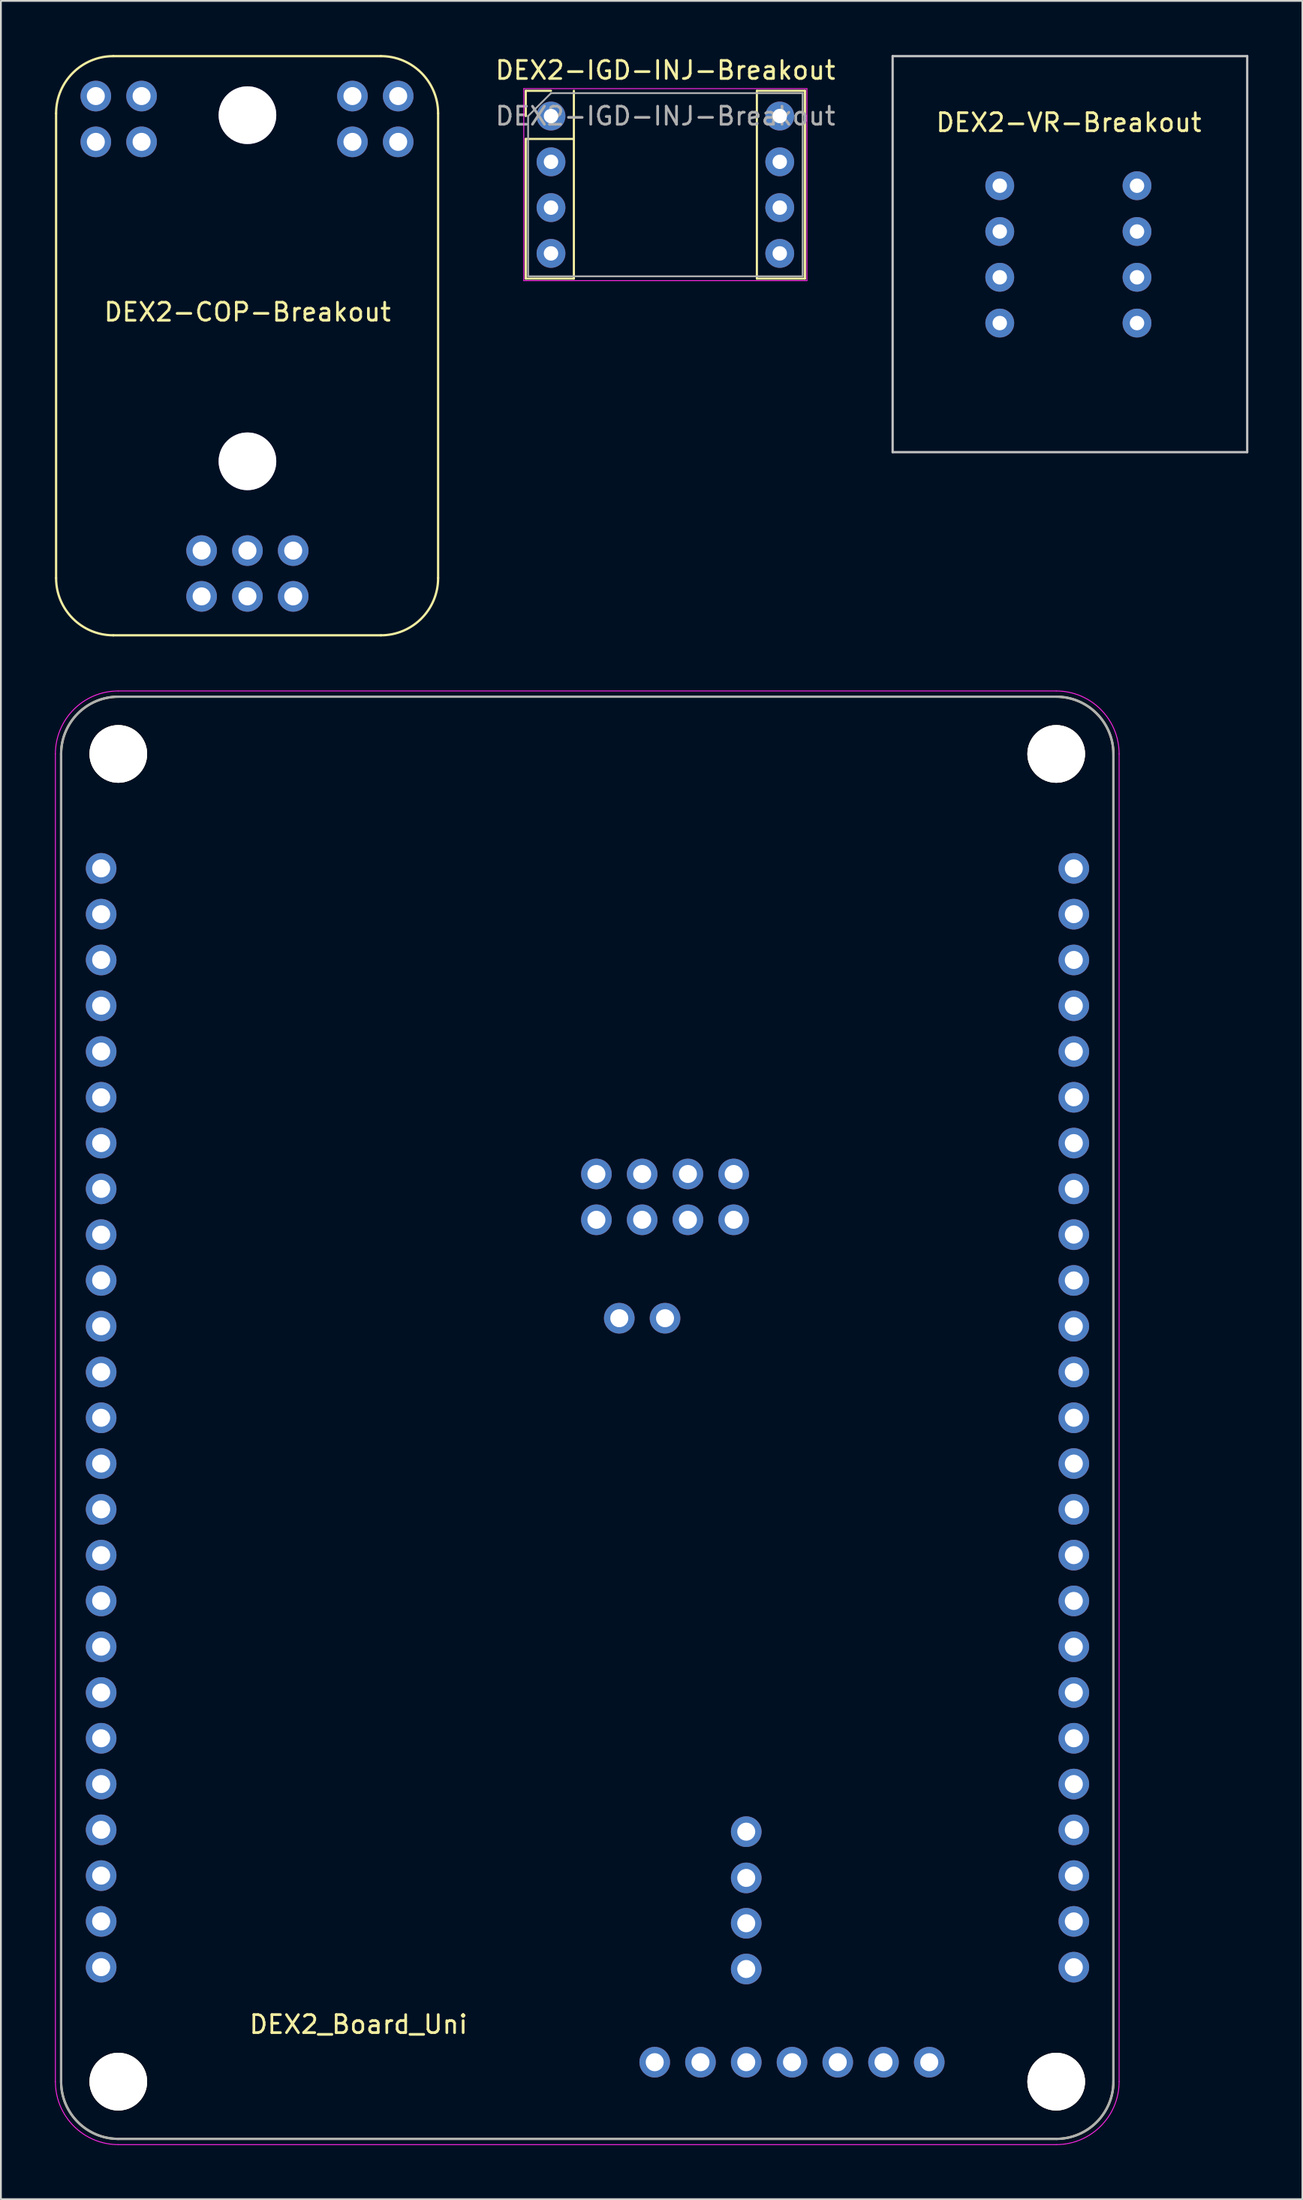
<source format=kicad_pcb>
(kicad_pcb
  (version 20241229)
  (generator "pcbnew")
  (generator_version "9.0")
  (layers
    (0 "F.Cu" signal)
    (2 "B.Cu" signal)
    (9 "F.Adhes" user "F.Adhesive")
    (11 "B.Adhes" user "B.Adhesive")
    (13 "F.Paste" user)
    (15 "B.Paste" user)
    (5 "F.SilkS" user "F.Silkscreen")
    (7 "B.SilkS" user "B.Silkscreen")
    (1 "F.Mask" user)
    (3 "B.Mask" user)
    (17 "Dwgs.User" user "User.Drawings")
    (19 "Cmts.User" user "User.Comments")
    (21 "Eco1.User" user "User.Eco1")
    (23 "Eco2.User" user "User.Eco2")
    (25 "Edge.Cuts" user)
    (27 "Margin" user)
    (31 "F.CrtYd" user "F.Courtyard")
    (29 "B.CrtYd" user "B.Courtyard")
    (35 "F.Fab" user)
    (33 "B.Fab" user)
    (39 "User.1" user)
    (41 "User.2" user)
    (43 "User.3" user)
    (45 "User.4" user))
  (footprint "DEX2-IGD-INJ-Breakout"
    (layer "F.Cu")
    (at 27.54 3.388)
    (property "Reference" "DEX2-IGD-INJ-Breakout" (at 6.35 -2.54 0) (layer "F.SilkS") (effects (font (size 1 1) (thickness 0.15))))
    (attr through_hole)
    (fp_line (start -1.4 -1.4) (end -1.4 0) (stroke (width 0.12) (type solid)) (layer "F.SilkS"))
    (fp_line (start -1.4 1.27) (end -1.4 9.017) (stroke (width 0.12) (type solid)) (layer "F.SilkS"))
    (fp_line (start -1.4 9.017) (end 1.27 9.017) (stroke (width 0.12) (type solid)) (layer "F.SilkS"))
    (fp_line (start 0 -1.4) (end -1.4 -1.4) (stroke (width 0.12) (type solid)) (layer "F.SilkS"))
    (fp_line (start 1.27 -1.4) (end 1.27 1.27) (stroke (width 0.12) (type solid)) (layer "F.SilkS"))
    (fp_line (start 1.27 1.27) (end -1.4 1.27) (stroke (width 0.12) (type solid)) (layer "F.SilkS"))
    (fp_line (start 1.27 1.27) (end 1.27 9.017) (stroke (width 0.12) (type solid)) (layer "F.SilkS"))
    (fp_line (start 11.43 -1.4) (end 11.43 9.017) (stroke (width 0.12) (type solid)) (layer "F.SilkS"))
    (fp_line (start 11.43 9.017) (end 14.1 9.017) (stroke (width 0.12) (type solid)) (layer "F.SilkS"))
    (fp_line (start 14.1 -1.4) (end 11.43 -1.4) (stroke (width 0.12) (type solid)) (layer "F.SilkS"))
    (fp_line (start 14.1 9.017) (end 14.1 -1.4) (stroke (width 0.12) (type solid)) (layer "F.SilkS"))
    (fp_line (start -1.511 -1.52) (end -1.511 9.131) (stroke (width 0.05) (type solid)) (layer "F.CrtYd"))
    (fp_line (start -1.511 -1.52) (end 14.21 -1.52) (stroke (width 0.05) (type solid)) (layer "F.CrtYd"))
    (fp_line (start 14.21 9.131) (end -1.511 9.131) (stroke (width 0.05) (type solid)) (layer "F.CrtYd"))
    (fp_line (start 14.21 9.131) (end 14.21 -1.52) (stroke (width 0.05) (type solid)) (layer "F.CrtYd"))
    (fp_line (start -1.27 0) (end 0 -1.27) (stroke (width 0.1) (type solid)) (layer "F.Fab"))
    (fp_line (start -1.27 8.89) (end -1.27 0) (stroke (width 0.1) (type solid)) (layer "F.Fab"))
    (fp_line (start 0 -1.27) (end 13.97 -1.27) (stroke (width 0.1) (type solid)) (layer "F.Fab"))
    (fp_line (start 13.97 -1.27) (end 13.97 8.89) (stroke (width 0.1) (type solid)) (layer "F.Fab"))
    (fp_line (start 13.97 8.89) (end -1.27 8.89) (stroke (width 0.1) (type solid)) (layer "F.Fab"))
    (fp_text user "${REFERENCE}" (at 6.35 0 0) (layer "F.Fab") (effects (font (size 1 1) (thickness 0.15))))
    (pad "1" thru_hole circle (at 0 0) (size 1.6 1.6) (drill 0.8) (layers "*.Cu" "*.Mask"))
    (pad "2" thru_hole oval (at 0 2.54) (size 1.6 1.6) (drill 0.8) (layers "*.Cu" "*.Mask"))
    (pad "3" thru_hole oval (at 0 5.08) (size 1.6 1.6) (drill 0.8) (layers "*.Cu" "*.Mask"))
    (pad "4" thru_hole oval (at 0 7.62) (size 1.6 1.6) (drill 0.8) (layers "*.Cu" "*.Mask"))
    (pad "5" thru_hole oval (at 12.7 7.62) (size 1.6 1.6) (drill 0.8) (layers "*.Cu" "*.Mask"))
    (pad "6" thru_hole oval (at 12.7 5.08) (size 1.6 1.6) (drill 0.8) (layers "*.Cu" "*.Mask"))
    (pad "7" thru_hole oval (at 12.7 2.54) (size 1.6 1.6) (drill 0.8) (layers "*.Cu" "*.Mask"))
    (pad "8" thru_hole oval (at 12.7 0) (size 1.6 1.6) (drill 0.8) (layers "*.Cu" "*.Mask")))
  (footprint "DEX2-VR-Breakout"
    (layer "F.Cu")
    (at 56.286 11.113)
    (property "Reference" "DEX2-VR-Breakout" (at 0 -7.366 0) (layer "F.SilkS") (effects (font (size 1 1) (thickness 0.15))))
    (attr through_hole)
    (fp_line (start -9.779 -11.049) (end -9.779 10.922) (stroke (width 0.127) (type solid)) (layer "Dwgs.User"))
    (fp_line (start -9.779 10.922) (end 9.906 10.922) (stroke (width 0.127) (type solid)) (layer "Dwgs.User"))
    (fp_line (start 9.906 -11.049) (end -9.779 -11.049) (stroke (width 0.127) (type solid)) (layer "Dwgs.User"))
    (fp_line (start 9.906 10.922) (end 9.906 -11.049) (stroke (width 0.127) (type solid)) (layer "Dwgs.User"))
    (pad "1" thru_hole circle (at -3.832 -3.86) (size 1.6 1.6) (drill 0.8) (layers "*.Cu" "*.Mask"))
    (pad "2" thru_hole circle (at -3.832 -1.319) (size 1.6 1.6) (drill 0.8) (layers "*.Cu" "*.Mask"))
    (pad "3" thru_hole circle (at -3.832 1.22) (size 1.6 1.6) (drill 0.8) (layers "*.Cu" "*.Mask"))
    (pad "4" thru_hole circle (at -3.832 3.76) (size 1.6 1.6) (drill 0.8) (layers "*.Cu" "*.Mask"))
    (pad "5" thru_hole circle (at 3.788 3.76) (size 1.6 1.6) (drill 0.8) (layers "*.Cu" "*.Mask"))
    (pad "6" thru_hole circle (at 3.788 1.22) (size 1.6 1.6) (drill 0.8) (layers "*.Cu" "*.Mask"))
    (pad "7" thru_hole circle (at 3.788 -1.319) (size 1.6 1.6) (drill 0.8) (layers "*.Cu" "*.Mask"))
    (pad "8" thru_hole circle (at 3.788 -3.86) (size 1.6 1.6) (drill 0.8) (layers "*.Cu" "*.Mask")))
  (footprint "DEX2-COP-Breakout"
    (layer "F.Cu")
    (at 10.688 16.294)
    (property "Reference" "DEX2-COP-Breakout" (at 0 -2.032 0) (layer "F.SilkS") (effects (font (size 1 1) (thickness 0.15))))
    (attr through_hole)
    (fp_line (start -10.624 12.726) (end -10.624 -13.055) (stroke (width 0.127) (type solid)) (layer "F.SilkS"))
    (fp_line (start -7.449 -16.23) (end 7.41 -16.23) (stroke (width 0.127) (type solid)) (layer "F.SilkS"))
    (fp_line (start 7.41 15.901) (end -7.449 15.901) (stroke (width 0.127) (type solid)) (layer "F.SilkS"))
    (fp_line (start 10.585 -13.055) (end 10.585 12.726) (stroke (width 0.127) (type solid)) (layer "F.SilkS"))
    (fp_arc (start -10.624 -13.055) (mid -9.694064 -15.300064) (end -7.449 -16.23) (stroke (width 0.127) (type solid)) (layer "F.SilkS"))
    (fp_arc (start -7.449 15.901) (mid -9.694064 14.971064) (end -10.624 12.726) (stroke (width 0.127) (type solid)) (layer "F.SilkS"))
    (fp_arc (start 7.41 -16.23) (mid 9.655064 -15.300064) (end 10.585 -13.055) (stroke (width 0.127) (type solid)) (layer "F.SilkS"))
    (fp_arc (start 10.585001 12.726) (mid 9.655065 14.971065) (end 7.41 15.901001) (stroke (width 0.127) (type solid)) (layer "F.SilkS"))
    (pad "1" thru_hole circle (at -2.545 13.742) (size 1.7 1.7) (drill 1) (layers "*.Cu" "*.Mask"))
    (pad "2" thru_hole circle (at -2.545 11.202) (size 1.7 1.7) (drill 1) (layers "*.Cu" "*.Mask"))
    (pad "3" thru_hole circle (at -0.002 13.742) (size 1.7 1.7) (drill 1) (layers "*.Cu" "*.Mask"))
    (pad "4" thru_hole circle (at 0 11.202) (size 1.7 1.7) (drill 1) (layers "*.Cu" "*.Mask"))
    (pad "5" thru_hole circle (at 2.54 13.742) (size 1.7 1.7) (drill 1) (layers "*.Cu" "*.Mask"))
    (pad "6" thru_hole circle (at 2.54 11.202) (size 1.7 1.7) (drill 1) (layers "*.Cu" "*.Mask"))
    (pad "7" thru_hole circle (at -8.418 -11.474) (size 1.7 1.7) (drill 1) (layers "*.Cu" "*.Mask"))
    (pad "8" thru_hole circle (at -8.418 -14.014) (size 1.7 1.7) (drill 1) (layers "*.Cu" "*.Mask"))
    (pad "9" thru_hole circle (at -5.878 -11.474) (size 1.7 1.7) (drill 1) (layers "*.Cu" "*.Mask"))
    (pad "10" thru_hole circle (at -5.878 -14.014) (size 1.7 1.7) (drill 1) (layers "*.Cu" "*.Mask"))
    (pad "11" thru_hole circle (at 5.829 -11.474) (size 1.7 1.7) (drill 1) (layers "*.Cu" "*.Mask"))
    (pad "12" thru_hole circle (at 5.829 -14.014) (size 1.7 1.7) (drill 1) (layers "*.Cu" "*.Mask"))
    (pad "13" thru_hole circle (at 8.369 -11.474) (size 1.7 1.7) (drill 1) (layers "*.Cu" "*.Mask"))
    (pad "14" thru_hole circle (at 8.369 -14.014) (size 1.7 1.7) (drill 1) (layers "*.Cu" "*.Mask"))
    (pad "~" thru_hole circle (at 0 -12.954) (size 3.2 3.2) (drill 3.2) (layers "*.Cu" "*.Mask"))
    (pad "~" thru_hole circle (at 0 6.249) (size 3.2 3.2) (drill 3.2) (layers "*.Cu" "*.Mask")))
  (footprint "DEX2_Board_Uni"
    (layer "F.Cu")
    (at 0.343 115.611)
    (property "Reference" "DEX2_Board_Uni" (at 16.51 -6.35 0) (layer "F.SilkS") (effects (font (size 1 1) (thickness 0.15))))
    (attr through_hole)
    (fp_line (start 0 -3.175) (end 0 -76.835) (stroke (width 0.127) (type solid)) (layer "F.SilkS"))
    (fp_line (start 3.175 -80.01) (end 55.245 -80.01) (stroke (width 0.127) (type solid)) (layer "F.SilkS"))
    (fp_line (start 55.245 0) (end 3.175 0) (stroke (width 0.127) (type solid)) (layer "F.SilkS"))
    (fp_line (start 58.42 -76.835) (end 58.42 -3.175) (stroke (width 0.127) (type solid)) (layer "F.SilkS"))
    (fp_arc (start 0 -76.835) (mid 0.929936 -79.080064) (end 3.175 -80.01) (stroke (width 0.127) (type solid)) (layer "F.SilkS"))
    (fp_arc (start 3.175 0) (mid 0.929936 -0.929936) (end 0 -3.175) (stroke (width 0.127) (type solid)) (layer "F.SilkS"))
    (fp_arc (start 55.245 -80.01) (mid 57.490064 -79.080064) (end 58.42 -76.835) (stroke (width 0.127) (type solid)) (layer "F.SilkS"))
    (fp_arc (start 58.42 -3.175) (mid 57.490064 -0.929936) (end 55.245 0) (stroke (width 0.127) (type solid)) (layer "F.SilkS"))
    (fp_line (start -0.318 -3.175) (end -0.318 -76.835) (stroke (width 0.05) (type solid)) (layer "F.CrtYd"))
    (fp_line (start 3.175 -80.328) (end 55.245 -80.328) (stroke (width 0.05) (type solid)) (layer "F.CrtYd"))
    (fp_line (start 55.245 0.318) (end 3.175 0.318) (stroke (width 0.05) (type solid)) (layer "F.CrtYd"))
    (fp_line (start 58.737 -76.835) (end 58.737 -3.175) (stroke (width 0.05) (type solid)) (layer "F.CrtYd"))
    (fp_arc (start -0.3175 -76.835) (mid 0.70543 -79.30457) (end 3.175 -80.3275) (stroke (width 0.05) (type solid)) (layer "F.CrtYd"))
    (fp_arc (start 3.175 0.3175) (mid 0.70543 -0.70543) (end -0.3175 -3.175) (stroke (width 0.05) (type solid)) (layer "F.CrtYd"))
    (fp_arc (start 55.245 -80.3275) (mid 57.71457 -79.30457) (end 58.7375 -76.835) (stroke (width 0.05) (type solid)) (layer "F.CrtYd"))
    (fp_arc (start 58.7375 -3.175) (mid 57.71457 -0.70543) (end 55.245 0.3175) (stroke (width 0.05) (type solid)) (layer "F.CrtYd"))
    (fp_line (start 0 -3.175) (end 0 -76.835) (stroke (width 0.127) (type solid)) (layer "F.Fab"))
    (fp_line (start 3.175 -80.01) (end 55.245 -80.01) (stroke (width 0.127) (type solid)) (layer "F.Fab"))
    (fp_line (start 55.245 0) (end 3.175 0) (stroke (width 0.127) (type solid)) (layer "F.Fab"))
    (fp_line (start 58.42 -76.835) (end 58.42 -3.175) (stroke (width 0.127) (type solid)) (layer "F.Fab"))
    (fp_arc (start 0 -76.835) (mid 0.929936 -79.080064) (end 3.175 -80.01) (stroke (width 0.127) (type solid)) (layer "F.Fab"))
    (fp_arc (start 3.175 0) (mid 0.929936 -0.929936) (end 0 -3.175) (stroke (width 0.127) (type solid)) (layer "F.Fab"))
    (fp_arc (start 55.245 -80.01) (mid 57.490064 -79.080064) (end 58.42 -76.835) (stroke (width 0.127) (type solid)) (layer "F.Fab"))
    (fp_arc (start 58.42 -3.175) (mid 57.490064 -0.929936) (end 55.245 0) (stroke (width 0.127) (type solid)) (layer "F.Fab"))
    (pad "1" thru_hole circle (at 2.223 -70.485) (size 1.7 1.7) (drill 1) (layers "*.Cu" "*.Mask"))
    (pad "2" thru_hole circle (at 2.223 -67.945) (size 1.7 1.7) (drill 1) (layers "*.Cu" "*.Mask"))
    (pad "3" thru_hole circle (at 2.223 -65.405) (size 1.7 1.7) (drill 1) (layers "*.Cu" "*.Mask"))
    (pad "4" thru_hole circle (at 2.223 -62.865) (size 1.7 1.7) (drill 1) (layers "*.Cu" "*.Mask"))
    (pad "5" thru_hole circle (at 2.223 -60.325) (size 1.7 1.7) (drill 1) (layers "*.Cu" "*.Mask"))
    (pad "6" thru_hole circle (at 2.223 -57.785) (size 1.7 1.7) (drill 1) (layers "*.Cu" "*.Mask"))
    (pad "7" thru_hole circle (at 2.223 -55.245) (size 1.7 1.7) (drill 1) (layers "*.Cu" "*.Mask"))
    (pad "8" thru_hole circle (at 2.223 -52.705) (size 1.7 1.7) (drill 1) (layers "*.Cu" "*.Mask"))
    (pad "9" thru_hole circle (at 2.223 -50.165) (size 1.7 1.7) (drill 1) (layers "*.Cu" "*.Mask"))
    (pad "10" thru_hole circle (at 2.223 -47.625) (size 1.7 1.7) (drill 1) (layers "*.Cu" "*.Mask"))
    (pad "11" thru_hole circle (at 2.223 -45.085) (size 1.7 1.7) (drill 1) (layers "*.Cu" "*.Mask"))
    (pad "12" thru_hole circle (at 2.223 -42.545) (size 1.7 1.7) (drill 1) (layers "*.Cu" "*.Mask"))
    (pad "13" thru_hole circle (at 2.223 -40.005) (size 1.7 1.7) (drill 1) (layers "*.Cu" "*.Mask"))
    (pad "14" thru_hole circle (at 2.223 -37.465) (size 1.7 1.7) (drill 1) (layers "*.Cu" "*.Mask"))
    (pad "15" thru_hole circle (at 2.223 -34.925) (size 1.7 1.7) (drill 1) (layers "*.Cu" "*.Mask"))
    (pad "16" thru_hole circle (at 2.223 -32.385) (size 1.7 1.7) (drill 1) (layers "*.Cu" "*.Mask"))
    (pad "17" thru_hole circle (at 2.223 -29.845) (size 1.7 1.7) (drill 1) (layers "*.Cu" "*.Mask"))
    (pad "18" thru_hole circle (at 2.223 -27.305) (size 1.7 1.7) (drill 1) (layers "*.Cu" "*.Mask"))
    (pad "19" thru_hole circle (at 2.223 -24.765) (size 1.7 1.7) (drill 1) (layers "*.Cu" "*.Mask"))
    (pad "20" thru_hole circle (at 2.223 -22.225) (size 1.7 1.7) (drill 1) (layers "*.Cu" "*.Mask"))
    (pad "21" thru_hole circle (at 2.223 -19.685) (size 1.7 1.7) (drill 1) (layers "*.Cu" "*.Mask"))
    (pad "22" thru_hole circle (at 2.223 -17.145) (size 1.7 1.7) (drill 1) (layers "*.Cu" "*.Mask"))
    (pad "23" thru_hole circle (at 2.223 -14.605) (size 1.7 1.7) (drill 1) (layers "*.Cu" "*.Mask"))
    (pad "24" thru_hole circle (at 2.223 -12.065) (size 1.7 1.7) (drill 1) (layers "*.Cu" "*.Mask"))
    (pad "25" thru_hole circle (at 2.223 -9.525) (size 1.7 1.7) (drill 1) (layers "*.Cu" "*.Mask"))
    (pad "26" thru_hole circle (at 56.223 -9.525) (size 1.7 1.7) (drill 1) (layers "*.Cu" "*.Mask"))
    (pad "27" thru_hole circle (at 56.223 -12.065) (size 1.7 1.7) (drill 1) (layers "*.Cu" "*.Mask"))
    (pad "28" thru_hole circle (at 56.223 -14.605) (size 1.7 1.7) (drill 1) (layers "*.Cu" "*.Mask"))
    (pad "29" thru_hole circle (at 56.223 -17.145) (size 1.7 1.7) (drill 1) (layers "*.Cu" "*.Mask"))
    (pad "30" thru_hole circle (at 56.223 -19.685) (size 1.7 1.7) (drill 1) (layers "*.Cu" "*.Mask"))
    (pad "31" thru_hole circle (at 56.223 -22.225) (size 1.7 1.7) (drill 1) (layers "*.Cu" "*.Mask"))
    (pad "32" thru_hole circle (at 56.223 -24.765) (size 1.7 1.7) (drill 1) (layers "*.Cu" "*.Mask"))
    (pad "33" thru_hole circle (at 56.223 -27.305) (size 1.7 1.7) (drill 1) (layers "*.Cu" "*.Mask"))
    (pad "34" thru_hole circle (at 56.223 -29.845) (size 1.7 1.7) (drill 1) (layers "*.Cu" "*.Mask"))
    (pad "35" thru_hole circle (at 56.223 -32.385) (size 1.7 1.7) (drill 1) (layers "*.Cu" "*.Mask"))
    (pad "36" thru_hole circle (at 56.223 -34.925) (size 1.7 1.7) (drill 1) (layers "*.Cu" "*.Mask"))
    (pad "37" thru_hole circle (at 56.223 -37.465) (size 1.7 1.7) (drill 1) (layers "*.Cu" "*.Mask"))
    (pad "38" thru_hole circle (at 56.223 -40.005) (size 1.7 1.7) (drill 1) (layers "*.Cu" "*.Mask"))
    (pad "39" thru_hole circle (at 56.223 -42.545) (size 1.7 1.7) (drill 1) (layers "*.Cu" "*.Mask"))
    (pad "40" thru_hole circle (at 56.223 -45.085) (size 1.7 1.7) (drill 1) (layers "*.Cu" "*.Mask"))
    (pad "41" thru_hole circle (at 56.223 -47.625) (size 1.7 1.7) (drill 1) (layers "*.Cu" "*.Mask"))
    (pad "42" thru_hole circle (at 56.223 -50.165) (size 1.7 1.7) (drill 1) (layers "*.Cu" "*.Mask"))
    (pad "43" thru_hole circle (at 56.223 -52.705) (size 1.7 1.7) (drill 1) (layers "*.Cu" "*.Mask"))
    (pad "44" thru_hole circle (at 56.223 -55.245) (size 1.7 1.7) (drill 1) (layers "*.Cu" "*.Mask"))
    (pad "45" thru_hole circle (at 56.223 -57.785) (size 1.7 1.7) (drill 1) (layers "*.Cu" "*.Mask"))
    (pad "46" thru_hole circle (at 56.223 -60.325) (size 1.7 1.7) (drill 1) (layers "*.Cu" "*.Mask"))
    (pad "47" thru_hole circle (at 56.223 -62.865) (size 1.7 1.7) (drill 1) (layers "*.Cu" "*.Mask"))
    (pad "48" thru_hole circle (at 56.223 -65.405) (size 1.7 1.7) (drill 1) (layers "*.Cu" "*.Mask"))
    (pad "49" thru_hole circle (at 56.223 -67.945) (size 1.7 1.7) (drill 1) (layers "*.Cu" "*.Mask"))
    (pad "50" thru_hole circle (at 56.223 -70.485) (size 1.7 1.7) (drill 1) (layers "*.Cu" "*.Mask"))
    (pad "51" thru_hole circle (at 32.956 -4.255) (size 1.7 1.7) (drill 1) (layers "*.Cu" "*.Mask"))
    (pad "52" thru_hole circle (at 35.496 -4.255) (size 1.7 1.7) (drill 1) (layers "*.Cu" "*.Mask"))
    (pad "53" thru_hole circle (at 38.036 -4.255) (size 1.7 1.7) (drill 1) (layers "*.Cu" "*.Mask"))
    (pad "54" thru_hole circle (at 40.577 -4.255) (size 1.7 1.7) (drill 1) (layers "*.Cu" "*.Mask"))
    (pad "55" thru_hole circle (at 43.117 -4.255) (size 1.7 1.7) (drill 1) (layers "*.Cu" "*.Mask"))
    (pad "56" thru_hole circle (at 45.657 -4.255) (size 1.7 1.7) (drill 1) (layers "*.Cu" "*.Mask"))
    (pad "57" thru_hole circle (at 48.197 -4.255) (size 1.7 1.7) (drill 1) (layers "*.Cu" "*.Mask"))
    (pad "58" thru_hole circle (at 38.036 -9.424) (size 1.7 1.7) (drill 1) (layers "*.Cu" "*.Mask"))
    (pad "59" thru_hole circle (at 38.036 -11.963) (size 1.7 1.7) (drill 1) (layers "*.Cu" "*.Mask"))
    (pad "60" thru_hole circle (at 38.036 -14.478) (size 1.7 1.7) (drill 1) (layers "*.Cu" "*.Mask"))
    (pad "61" thru_hole circle (at 38.036 -17.044) (size 1.7 1.7) (drill 1) (layers "*.Cu" "*.Mask"))
    (pad "62" thru_hole circle (at 30.988 -45.529) (size 1.7 1.7) (drill 1) (layers "*.Cu" "*.Mask"))
    (pad "63" thru_hole circle (at 33.528 -45.529) (size 1.7 1.7) (drill 1) (layers "*.Cu" "*.Mask"))
    (pad "64" thru_hole circle (at 29.718 -50.99) (size 1.7 1.7) (drill 1) (layers "*.Cu" "*.Mask"))
    (pad "65" thru_hole circle (at 32.258 -50.99) (size 1.7 1.7) (drill 1) (layers "*.Cu" "*.Mask"))
    (pad "66" thru_hole circle (at 34.798 -50.99) (size 1.7 1.7) (drill 1) (layers "*.Cu" "*.Mask"))
    (pad "67" thru_hole circle (at 37.338 -50.99) (size 1.7 1.7) (drill 1) (layers "*.Cu" "*.Mask"))
    (pad "68" thru_hole circle (at 29.718 -53.531) (size 1.7 1.7) (drill 1) (layers "*.Cu" "*.Mask"))
    (pad "69" thru_hole circle (at 32.258 -53.531) (size 1.7 1.7) (drill 1) (layers "*.Cu" "*.Mask"))
    (pad "70" thru_hole circle (at 34.798 -53.531) (size 1.7 1.7) (drill 1) (layers "*.Cu" "*.Mask"))
    (pad "71" thru_hole circle (at 37.338 -53.531) (size 1.7 1.7) (drill 1) (layers "*.Cu" "*.Mask"))
    (pad "~" thru_hole circle (at 3.175 -76.835) (size 3.2 3.2) (drill 3.2) (layers "*.Cu" "*.Mask" "F.SilkS"))
    (pad "~" thru_hole circle (at 3.175 -3.175) (size 3.2 3.2) (drill 3.2) (layers "*.Cu" "*.Mask" "F.SilkS"))
    (pad "~" thru_hole circle (at 55.245 -76.835) (size 3.2 3.2) (drill 3.2) (layers "*.Cu" "*.Mask" "F.SilkS"))
    (pad "~" thru_hole circle (at 55.245 -3.175) (size 3.2 3.2) (drill 3.2) (layers "*.Cu" "*.Mask" "F.SilkS")))
  (gr_rect
    (start -3 -3)
    (end 69.255 118.953)
    (stroke (width 0.1) (type default))
    (fill no)
    (layer "Edge.Cuts")))
</source>
